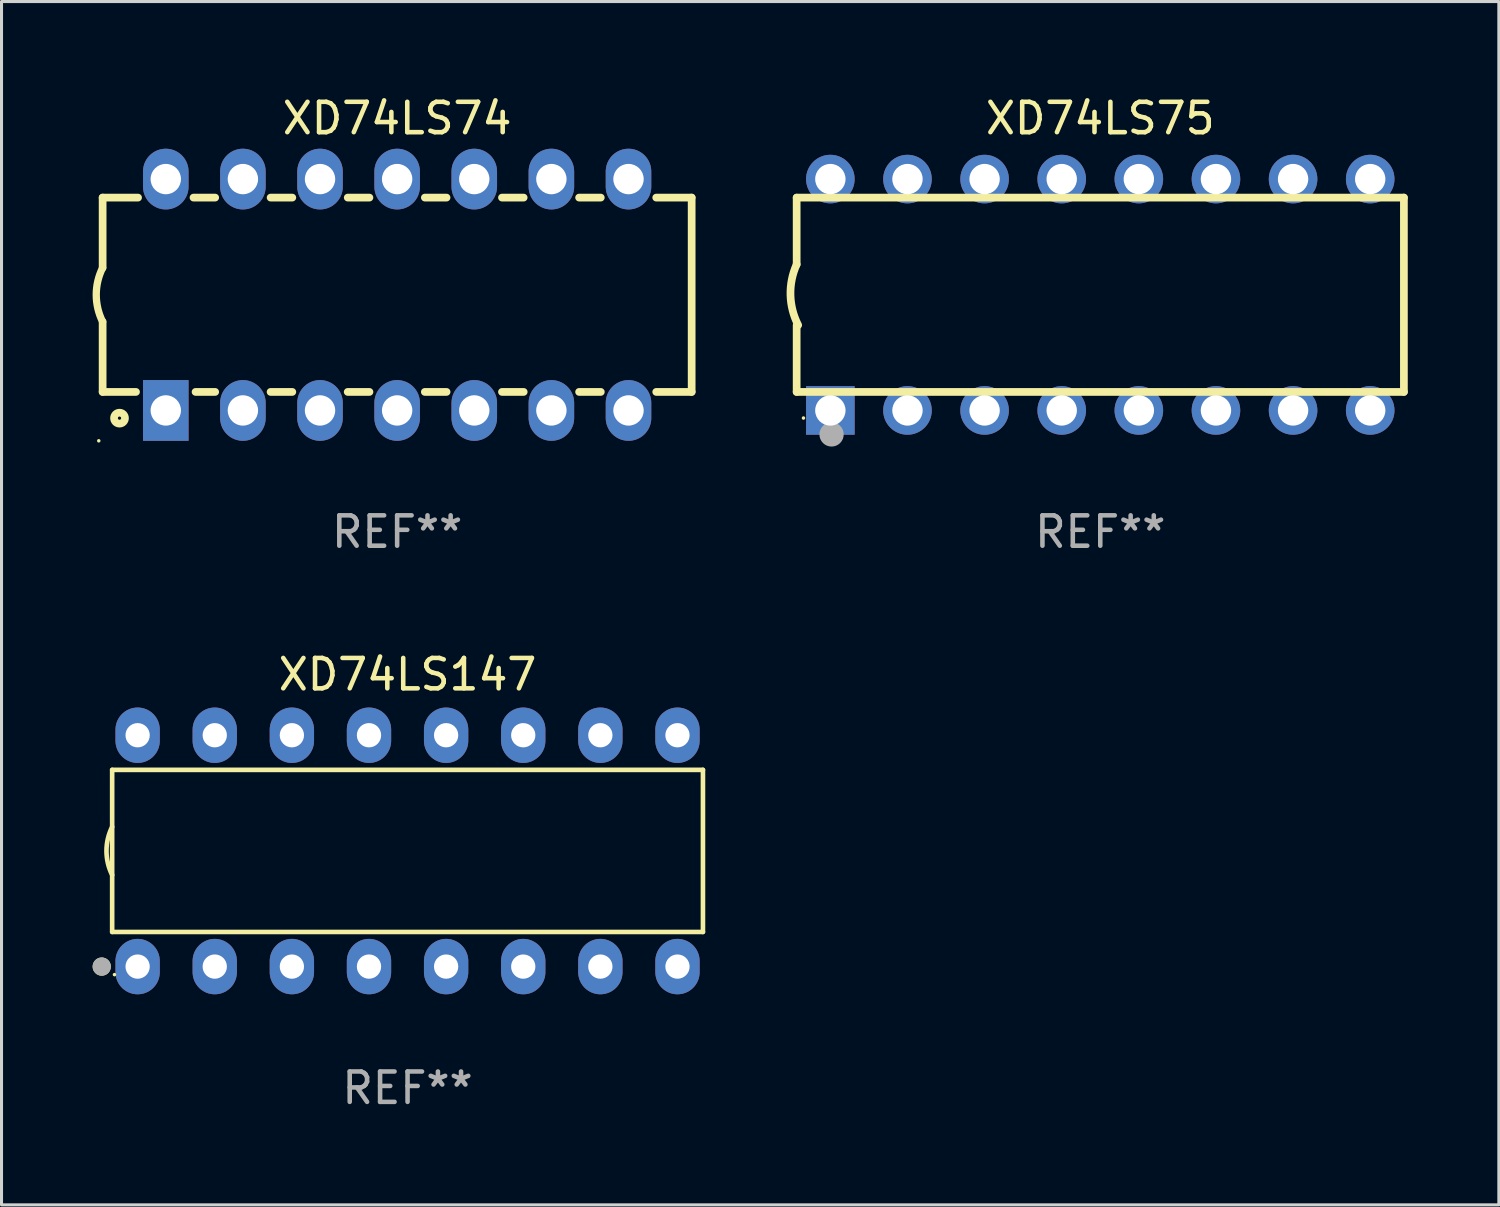
<source format=kicad_pcb>
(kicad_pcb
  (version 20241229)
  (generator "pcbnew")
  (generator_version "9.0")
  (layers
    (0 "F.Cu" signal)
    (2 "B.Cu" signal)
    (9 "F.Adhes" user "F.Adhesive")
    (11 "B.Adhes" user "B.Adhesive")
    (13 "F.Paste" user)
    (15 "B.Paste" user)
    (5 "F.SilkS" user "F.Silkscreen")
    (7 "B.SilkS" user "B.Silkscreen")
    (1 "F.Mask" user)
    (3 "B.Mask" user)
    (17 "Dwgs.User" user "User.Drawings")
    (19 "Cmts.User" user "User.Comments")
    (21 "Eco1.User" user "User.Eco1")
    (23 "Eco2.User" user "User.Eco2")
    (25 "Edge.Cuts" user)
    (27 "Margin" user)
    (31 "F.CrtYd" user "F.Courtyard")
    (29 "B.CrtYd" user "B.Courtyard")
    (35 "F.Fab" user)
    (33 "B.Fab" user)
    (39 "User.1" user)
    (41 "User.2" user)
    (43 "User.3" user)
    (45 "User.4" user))
  (footprint "XD74LS147"
    (layer "F.Cu")
    (at 10.373 24.975)
    (property "Reference" "XD74LS147" (at 0 -5.81 0) (layer "F.SilkS") (effects (font (size 1 1) (thickness 0.15))))
    (attr through_hole)
    (fp_line (start -9.729 -2.669) (end 9.729 -2.669) (stroke (width 0.152) (type solid)) (layer "F.SilkS"))
    (fp_line (start -9.729 2.669) (end -9.729 -2.669) (stroke (width 0.152) (type solid)) (layer "F.SilkS"))
    (fp_line (start 9.729 -2.669) (end 9.729 2.669) (stroke (width 0.152) (type solid)) (layer "F.SilkS"))
    (fp_line (start 9.729 2.669) (end -9.729 2.669) (stroke (width 0.152) (type solid)) (layer "F.SilkS"))
    (fp_arc (start -9.728727 0.793751) (mid -9.916106 0) (end -9.728727 -0.793752) (stroke (width 0.1524) (type solid)) (layer "F.SilkS"))
    (fp_circle (center -10.072 3.81) (end -9.922 3.81) (stroke (width 0.3) (type solid)) (fill no) (layer "F.SilkS"))
    (fp_circle (center -9.653 4.075) (end -9.623 4.075) (stroke (width 0.06) (type solid)) (fill no) (layer "F.SilkS"))
    (fp_circle (center -10.072 3.81) (end -9.922 3.81) (stroke (width 0.3) (type solid)) (fill no) (layer "F.Fab"))
    (fp_text user "REF**" (at 0 7.81 0) (layer "F.Fab") (effects (font (size 1 1) (thickness 0.15))))
    (pad "1" thru_hole oval (at -8.89 3.81) (size 1.46 1.825) (drill 0.8) (layers "*.Cu" "*.Mask"))
    (pad "2" thru_hole oval (at -6.35 3.81) (size 1.46 1.825) (drill 0.8) (layers "*.Cu" "*.Mask"))
    (pad "3" thru_hole oval (at -3.81 3.81) (size 1.46 1.825) (drill 0.8) (layers "*.Cu" "*.Mask"))
    (pad "4" thru_hole oval (at -1.27 3.81) (size 1.46 1.825) (drill 0.8) (layers "*.Cu" "*.Mask"))
    (pad "5" thru_hole oval (at 1.27 3.81) (size 1.46 1.825) (drill 0.8) (layers "*.Cu" "*.Mask"))
    (pad "6" thru_hole oval (at 3.81 3.81) (size 1.46 1.825) (drill 0.8) (layers "*.Cu" "*.Mask"))
    (pad "7" thru_hole oval (at 6.35 3.81) (size 1.46 1.825) (drill 0.8) (layers "*.Cu" "*.Mask"))
    (pad "8" thru_hole oval (at 8.89 3.81) (size 1.46 1.825) (drill 0.8) (layers "*.Cu" "*.Mask"))
    (pad "9" thru_hole oval (at 8.89 -3.81) (size 1.46 1.825) (drill 0.8) (layers "*.Cu" "*.Mask"))
    (pad "10" thru_hole oval (at 6.35 -3.81) (size 1.46 1.825) (drill 0.8) (layers "*.Cu" "*.Mask"))
    (pad "11" thru_hole oval (at 3.81 -3.81) (size 1.46 1.825) (drill 0.8) (layers "*.Cu" "*.Mask"))
    (pad "12" thru_hole oval (at 1.27 -3.81) (size 1.46 1.825) (drill 0.8) (layers "*.Cu" "*.Mask"))
    (pad "13" thru_hole oval (at -1.27 -3.81) (size 1.46 1.825) (drill 0.8) (layers "*.Cu" "*.Mask"))
    (pad "14" thru_hole oval (at -3.81 -3.81) (size 1.46 1.825) (drill 0.8) (layers "*.Cu" "*.Mask"))
    (pad "15" thru_hole oval (at -6.35 -3.81) (size 1.46 1.825) (drill 0.8) (layers "*.Cu" "*.Mask"))
    (pad "16" thru_hole oval (at -8.89 -3.81) (size 1.46 1.825) (drill 0.8) (layers "*.Cu" "*.Mask")))
  (footprint "XD74LS74"
    (layer "F.Cu")
    (at 10.03 6.658)
    (property "Reference" "XD74LS74" (at 0 -5.81 0) (layer "F.SilkS") (effects (font (size 1 1) (thickness 0.15))))
    (attr through_hole)
    (fp_line (start -9.7 -3.2) (end -9.7 -0.889) (stroke (width 0.254) (type solid)) (layer "F.SilkS"))
    (fp_line (start -9.7 -3.2) (end -8.533 -3.2) (stroke (width 0.254) (type solid)) (layer "F.SilkS"))
    (fp_line (start -9.7 3.2) (end -9.7 0.889) (stroke (width 0.254) (type solid)) (layer "F.SilkS"))
    (fp_line (start -9.7 3.2) (end -8.601 3.2) (stroke (width 0.254) (type solid)) (layer "F.SilkS"))
    (fp_line (start -6.707 -3.2) (end -5.993 -3.2) (stroke (width 0.254) (type solid)) (layer "F.SilkS"))
    (fp_line (start -6.639 3.2) (end -5.993 3.2) (stroke (width 0.254) (type solid)) (layer "F.SilkS"))
    (fp_line (start -4.168 3.2) (end -3.453 3.2) (stroke (width 0.254) (type solid)) (layer "F.SilkS"))
    (fp_line (start -4.167 -3.2) (end -3.453 -3.2) (stroke (width 0.254) (type solid)) (layer "F.SilkS"))
    (fp_line (start -1.628 3.2) (end -0.912 3.2) (stroke (width 0.254) (type solid)) (layer "F.SilkS"))
    (fp_line (start -1.627 -3.2) (end -0.913 -3.2) (stroke (width 0.254) (type solid)) (layer "F.SilkS"))
    (fp_line (start 0.912 3.2) (end 1.628 3.2) (stroke (width 0.254) (type solid)) (layer "F.SilkS"))
    (fp_line (start 0.913 -3.2) (end 1.627 -3.2) (stroke (width 0.254) (type solid)) (layer "F.SilkS"))
    (fp_line (start 3.453 3.2) (end 4.168 3.2) (stroke (width 0.254) (type solid)) (layer "F.SilkS"))
    (fp_line (start 3.453 -3.2) (end 4.167 -3.2) (stroke (width 0.254) (type solid)) (layer "F.SilkS"))
    (fp_line (start 5.993 3.2) (end 6.708 3.2) (stroke (width 0.254) (type solid)) (layer "F.SilkS"))
    (fp_line (start 5.993 -3.2) (end 6.707 -3.2) (stroke (width 0.254) (type solid)) (layer "F.SilkS"))
    (fp_line (start 8.533 3.2) (end 9.7 3.2) (stroke (width 0.254) (type solid)) (layer "F.SilkS"))
    (fp_line (start 8.533 -3.2) (end 9.7 -3.2) (stroke (width 0.254) (type solid)) (layer "F.SilkS"))
    (fp_line (start 9.7 3.2) (end 9.7 -3.2) (stroke (width 0.254) (type solid)) (layer "F.SilkS"))
    (fp_arc (start -9.699822 0.889002) (mid -9.909826 0.000048) (end -9.700229 -0.889002) (stroke (width 0.240005) (type solid)) (layer "F.SilkS"))
    (fp_circle (center -9.827 4.81) (end -9.797 4.81) (stroke (width 0.06) (type solid)) (fill no) (layer "F.SilkS"))
    (fp_circle (center -9.144 4.064) (end -8.964 4.064) (stroke (width 0.254) (type solid)) (fill no) (layer "F.SilkS"))
    (fp_text user "REF**" (at 0 7.81 0) (layer "F.Fab") (effects (font (size 1 1) (thickness 0.15))))
    (pad "1" thru_hole rect (at -7.62 3.81 90) (size 2 1.5) (drill 1) (layers "*.Cu" "*.Mask"))
    (pad "2" thru_hole oval (at -5.08 3.81 90) (size 2 1.5) (drill 1) (layers "*.Cu" "*.Mask"))
    (pad "3" thru_hole oval (at -2.54 3.81 90) (size 2 1.5) (drill 1) (layers "*.Cu" "*.Mask"))
    (pad "4" thru_hole oval (at 0 3.81 90) (size 2 1.5) (drill 1) (layers "*.Cu" "*.Mask"))
    (pad "5" thru_hole oval (at 2.54 3.81 90) (size 2 1.5) (drill 1) (layers "*.Cu" "*.Mask"))
    (pad "6" thru_hole oval (at 5.08 3.81 90) (size 2 1.5) (drill 1) (layers "*.Cu" "*.Mask"))
    (pad "7" thru_hole oval (at 7.62 3.81 90) (size 2 1.5) (drill 1) (layers "*.Cu" "*.Mask"))
    (pad "8" thru_hole oval (at 7.62 -3.81 90) (size 2 1.5) (drill 1) (layers "*.Cu" "*.Mask"))
    (pad "9" thru_hole oval (at 5.08 -3.81 90) (size 2 1.5) (drill 1) (layers "*.Cu" "*.Mask"))
    (pad "10" thru_hole oval (at 2.54 -3.81 90) (size 2 1.5) (drill 1) (layers "*.Cu" "*.Mask"))
    (pad "11" thru_hole oval (at 0 -3.81 90) (size 2 1.5) (drill 1) (layers "*.Cu" "*.Mask"))
    (pad "12" thru_hole oval (at -2.54 -3.81 90) (size 2 1.5) (drill 1) (layers "*.Cu" "*.Mask"))
    (pad "13" thru_hole oval (at -5.08 -3.81 90) (size 2 1.5) (drill 1) (layers "*.Cu" "*.Mask"))
    (pad "14" thru_hole oval (at -7.62 -3.81 90) (size 2 1.5) (drill 1) (layers "*.Cu" "*.Mask")))
  (footprint "XD74LS75"
    (layer "F.Cu")
    (at 33.188 6.658)
    (property "Reference" "XD74LS75" (at 0 -5.81 0) (layer "F.SilkS") (effects (font (size 1 1) (thickness 0.15))))
    (attr through_hole)
    (fp_line (start -10 -0.998) (end -10 -3.198) (stroke (width 0.254) (type solid)) (layer "F.SilkS"))
    (fp_line (start -10 3.2) (end -10 1) (stroke (width 0.254) (type solid)) (layer "F.SilkS"))
    (fp_line (start 10 -3.2) (end -10 -3.2) (stroke (width 0.254) (type solid)) (layer "F.SilkS"))
    (fp_line (start 10 3.2) (end -10 3.2) (stroke (width 0.254) (type solid)) (layer "F.SilkS"))
    (fp_line (start 10 3.2) (end 10 -3.2) (stroke (width 0.254) (type solid)) (layer "F.SilkS"))
    (fp_arc (start -9.949975 0.999974) (mid -10.203153 0.005693) (end -9.999987 -1) (stroke (width 0.254001) (type solid)) (layer "F.SilkS"))
    (fp_circle (center -9.775 4.06) (end -9.745 4.06) (stroke (width 0.06) (type solid)) (fill no) (layer "F.SilkS"))
    (fp_circle (center -8.85 4.6) (end -8.65 4.6) (stroke (width 0.4) (type solid)) (fill no) (layer "F.Fab"))
    (fp_text user "REF**" (at 0 7.81 0) (layer "F.Fab") (effects (font (size 1 1) (thickness 0.15))))
    (pad "1" thru_hole rect (at -8.89 3.81 90) (size 1.6 1.6) (drill 1) (layers "*.Cu" "*.Mask"))
    (pad "2" thru_hole circle (at -6.35 3.81) (size 1.6 1.6) (drill 1) (layers "*.Cu" "*.Mask"))
    (pad "3" thru_hole circle (at -3.81 3.81) (size 1.6 1.6) (drill 1) (layers "*.Cu" "*.Mask"))
    (pad "4" thru_hole circle (at -1.27 3.81) (size 1.6 1.6) (drill 1) (layers "*.Cu" "*.Mask"))
    (pad "5" thru_hole circle (at 1.27 3.81) (size 1.6 1.6) (drill 1) (layers "*.Cu" "*.Mask"))
    (pad "6" thru_hole circle (at 3.81 3.81) (size 1.6 1.6) (drill 1) (layers "*.Cu" "*.Mask"))
    (pad "7" thru_hole circle (at 6.35 3.81) (size 1.6 1.6) (drill 1) (layers "*.Cu" "*.Mask"))
    (pad "8" thru_hole circle (at 8.89 3.81) (size 1.6 1.6) (drill 1) (layers "*.Cu" "*.Mask"))
    (pad "9" thru_hole circle (at 8.89 -3.81) (size 1.6 1.6) (drill 1) (layers "*.Cu" "*.Mask"))
    (pad "10" thru_hole circle (at 6.35 -3.81) (size 1.6 1.6) (drill 1) (layers "*.Cu" "*.Mask"))
    (pad "11" thru_hole circle (at 3.81 -3.81) (size 1.6 1.6) (drill 1) (layers "*.Cu" "*.Mask"))
    (pad "12" thru_hole circle (at 1.27 -3.81) (size 1.6 1.6) (drill 1) (layers "*.Cu" "*.Mask"))
    (pad "13" thru_hole circle (at -1.27 -3.81) (size 1.6 1.6) (drill 1) (layers "*.Cu" "*.Mask"))
    (pad "14" thru_hole circle (at -3.81 -3.81) (size 1.6 1.6) (drill 1) (layers "*.Cu" "*.Mask"))
    (pad "15" thru_hole circle (at -6.35 -3.81) (size 1.6 1.6) (drill 1) (layers "*.Cu" "*.Mask"))
    (pad "16" thru_hole circle (at -8.89 -3.81) (size 1.6 1.6) (drill 1) (layers "*.Cu" "*.Mask")))
  (gr_rect
    (start -3 -3)
    (end 46.315 36.633)
    (stroke (width 0.1) (type default))
    (fill no)
    (layer "Edge.Cuts")))
</source>
